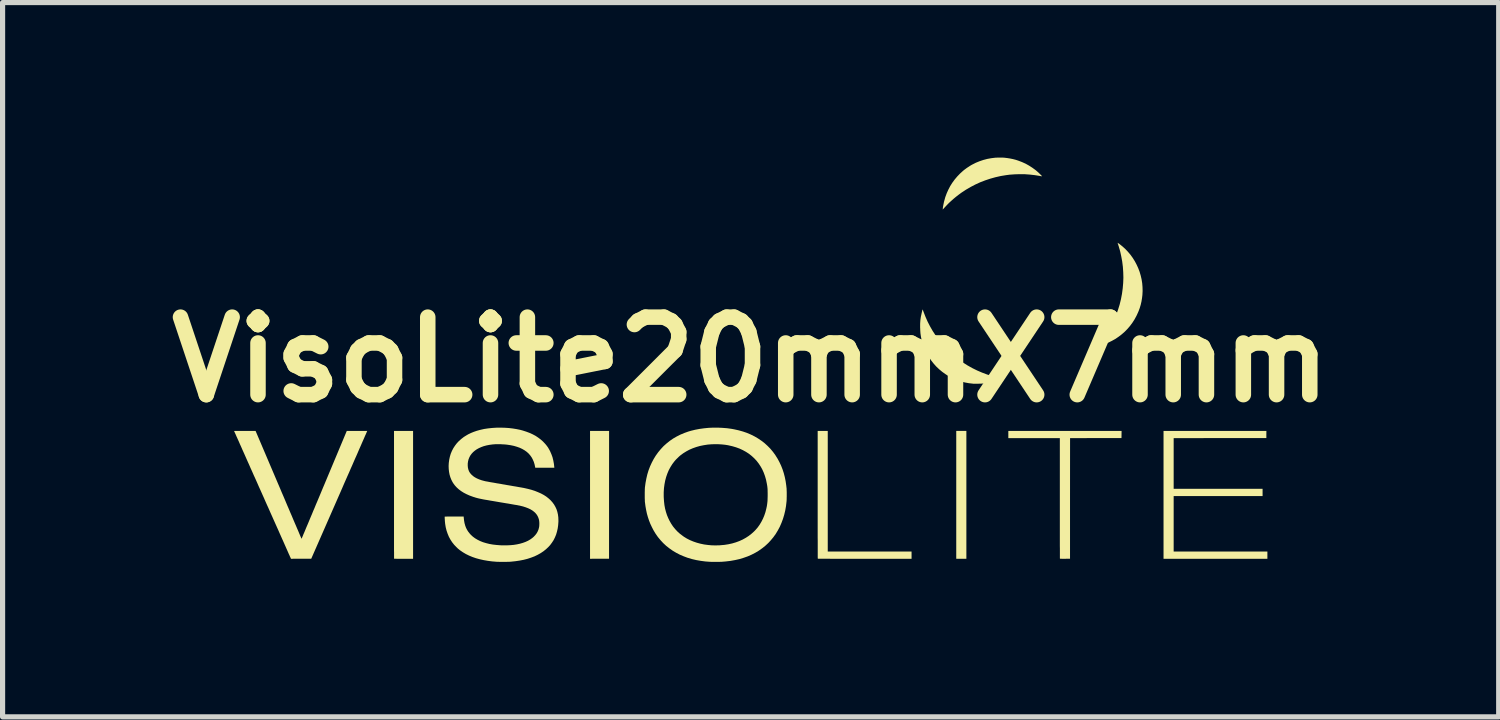
<source format=kicad_pcb>
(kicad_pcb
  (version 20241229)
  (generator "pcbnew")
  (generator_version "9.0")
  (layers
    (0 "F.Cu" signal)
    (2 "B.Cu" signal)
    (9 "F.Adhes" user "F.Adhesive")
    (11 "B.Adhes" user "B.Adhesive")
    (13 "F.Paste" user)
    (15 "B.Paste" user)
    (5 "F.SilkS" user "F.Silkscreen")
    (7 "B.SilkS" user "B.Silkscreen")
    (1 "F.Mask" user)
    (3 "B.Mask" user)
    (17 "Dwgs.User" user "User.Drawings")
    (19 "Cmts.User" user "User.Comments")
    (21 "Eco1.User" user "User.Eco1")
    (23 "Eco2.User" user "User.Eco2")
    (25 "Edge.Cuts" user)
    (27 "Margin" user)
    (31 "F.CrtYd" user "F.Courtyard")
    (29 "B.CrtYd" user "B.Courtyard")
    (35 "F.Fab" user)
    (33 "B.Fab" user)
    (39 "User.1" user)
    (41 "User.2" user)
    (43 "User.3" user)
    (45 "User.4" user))
  (footprint "VisoLite20mmX7mm"
    (layer "F.Cu")
    (at 11.479 3.91)
    (property "Reference" "VisoLite20mmX7mm" (at 0 0 0) (layer "F.SilkS") (effects (font (size 1.5 1.5) (thickness 0.3))))
    (attr board_only exclude_from_pos_files exclude_from_bom)
    (fp_poly (pts (xy -2.741 2.617) (xy -2.741 3.854) (xy -2.925 3.854) (xy -3.109 3.855) (xy -3.109 2.617) (xy -3.109 1.38) (xy -2.924 1.38) (xy -2.74 1.38)) (stroke (width 0) (type solid)) (fill yes) (layer "F.SilkS"))
    (fp_poly (pts (xy 4.175 2.617) (xy 4.175 3.855) (xy 4.077 3.855) (xy 3.979 3.855) (xy 3.979 2.617) (xy 3.979 1.38) (xy 4.077 1.38) (xy 4.175 1.38)) (stroke (width 0) (type solid)) (fill yes) (layer "F.SilkS"))
    (fp_poly (pts (xy 9.981 1.449) (xy 9.981 1.519) (xy 9.084 1.519) (xy 8.187 1.52) (xy 8.187 2.01) (xy 8.187 2.5) (xy 9.047 2.5) (xy 9.908 2.5) (xy 9.908 2.571) (xy 9.908 2.641) (xy 9.047 2.641) (xy 8.187 2.641) (xy 8.187 3.178) (xy 8.187 3.715) (xy 9.094 3.715) (xy 10.001 3.715) (xy 10.001 3.785) (xy 10.001 3.855) (xy 8.996 3.855) (xy 7.991 3.855) (xy 7.991 2.617) (xy 7.991 1.38) (xy 8.987 1.38) (xy 9.982 1.38)) (stroke (width 0) (type solid)) (fill yes) (layer "F.SilkS"))
    (fp_poly (pts (xy -6.534 2.617) (xy -6.534 3.855) (xy -6.717 3.855) (xy -6.748 3.855) (xy -6.778 3.855) (xy -6.805 3.855) (xy -6.83 3.855) (xy -6.852 3.855) (xy -6.871 3.854) (xy -6.885 3.854) (xy -6.896 3.854) (xy -6.901 3.853) (xy -6.902 3.853) (xy -6.902 3.85) (xy -6.902 3.842) (xy -6.902 3.829) (xy -6.902 3.811) (xy -6.902 3.788) (xy -6.902 3.76) (xy -6.902 3.728) (xy -6.903 3.691) (xy -6.903 3.65) (xy -6.903 3.606) (xy -6.903 3.557) (xy -6.903 3.506) (xy -6.903 3.45) (xy -6.903 3.392) (xy -6.903 3.33) (xy -6.903 3.265) (xy -6.903 3.198) (xy -6.903 3.128) (xy -6.903 3.056) (xy -6.903 2.982) (xy -6.903 2.905) (xy -6.903 2.827) (xy -6.903 2.747) (xy -6.903 2.666) (xy -6.903 2.616) (xy -6.903 1.38) (xy -6.719 1.38) (xy -6.534 1.38)) (stroke (width 0) (type solid)) (fill yes) (layer "F.SilkS"))
    (fp_poly (pts (xy 7.178 1.449) (xy 7.177 1.519) (xy 6.68 1.519) (xy 6.182 1.52) (xy 6.181 2.687) (xy 6.181 3.854) (xy 6.084 3.855) (xy 6.062 3.855) (xy 6.041 3.855) (xy 6.022 3.855) (xy 6.007 3.854) (xy 5.995 3.854) (xy 5.988 3.854) (xy 5.986 3.853) (xy 5.986 3.851) (xy 5.985 3.842) (xy 5.985 3.829) (xy 5.985 3.811) (xy 5.985 3.788) (xy 5.985 3.76) (xy 5.985 3.728) (xy 5.985 3.691) (xy 5.985 3.651) (xy 5.984 3.607) (xy 5.984 3.559) (xy 5.984 3.507) (xy 5.984 3.452) (xy 5.984 3.394) (xy 5.984 3.333) (xy 5.984 3.269) (xy 5.984 3.202) (xy 5.984 3.133) (xy 5.984 3.062) (xy 5.984 2.989) (xy 5.984 2.913) (xy 5.984 2.836) (xy 5.984 2.758) (xy 5.984 2.686) (xy 5.984 1.52) (xy 5.485 1.52) (xy 4.987 1.52) (xy 4.987 1.45) (xy 4.987 1.38) (xy 6.083 1.38) (xy 7.179 1.38)) (stroke (width 0) (type solid)) (fill yes) (layer "F.SilkS"))
    (fp_poly (pts (xy 1.492 2.547) (xy 1.492 3.715) (xy 2.303 3.715) (xy 3.114 3.715) (xy 3.114 3.785) (xy 3.114 3.855) (xy 2.208 3.855) (xy 2.137 3.855) (xy 2.068 3.855) (xy 2.001 3.855) (xy 1.935 3.855) (xy 1.872 3.855) (xy 1.811 3.855) (xy 1.752 3.855) (xy 1.696 3.855) (xy 1.643 3.855) (xy 1.592 3.855) (xy 1.545 3.855) (xy 1.502 3.854) (xy 1.462 3.854) (xy 1.426 3.854) (xy 1.394 3.854) (xy 1.366 3.854) (xy 1.343 3.854) (xy 1.324 3.854) (xy 1.311 3.854) (xy 1.302 3.853) (xy 1.299 3.853) (xy 1.299 3.853) (xy 1.299 3.85) (xy 1.299 3.842) (xy 1.298 3.829) (xy 1.298 3.811) (xy 1.298 3.788) (xy 1.298 3.76) (xy 1.298 3.728) (xy 1.298 3.691) (xy 1.298 3.65) (xy 1.298 3.606) (xy 1.298 3.557) (xy 1.298 3.506) (xy 1.297 3.45) (xy 1.297 3.392) (xy 1.297 3.33) (xy 1.297 3.265) (xy 1.297 3.198) (xy 1.297 3.128) (xy 1.297 3.056) (xy 1.297 2.982) (xy 1.297 2.905) (xy 1.297 2.827) (xy 1.297 2.747) (xy 1.297 2.666) (xy 1.297 2.616) (xy 1.297 1.38) (xy 1.395 1.38) (xy 1.492 1.38)) (stroke (width 0) (type solid)) (fill yes) (layer "F.SilkS"))
    (fp_poly (pts (xy 7.106 -2.259) (xy 7.112 -2.255) (xy 7.12 -2.249) (xy 7.131 -2.242) (xy 7.133 -2.241) (xy 7.193 -2.193) (xy 7.25 -2.142) (xy 7.302 -2.087) (xy 7.351 -2.029) (xy 7.395 -1.968) (xy 7.435 -1.904) (xy 7.47 -1.838) (xy 7.501 -1.77) (xy 7.528 -1.699) (xy 7.549 -1.627) (xy 7.566 -1.554) (xy 7.578 -1.479) (xy 7.584 -1.404) (xy 7.586 -1.328) (xy 7.582 -1.251) (xy 7.575 -1.193) (xy 7.564 -1.125) (xy 7.549 -1.06) (xy 7.53 -0.997) (xy 7.507 -0.935) (xy 7.479 -0.872) (xy 7.466 -0.845) (xy 7.429 -0.777) (xy 7.388 -0.713) (xy 7.342 -0.651) (xy 7.293 -0.594) (xy 7.239 -0.539) (xy 7.182 -0.489) (xy 7.122 -0.443) (xy 7.059 -0.4) (xy 6.992 -0.363) (xy 6.923 -0.329) (xy 6.851 -0.301) (xy 6.777 -0.277) (xy 6.742 -0.267) (xy 6.725 -0.263) (xy 6.714 -0.261) (xy 6.706 -0.259) (xy 6.703 -0.26) (xy 6.702 -0.261) (xy 6.704 -0.265) (xy 6.708 -0.27) (xy 6.736 -0.302) (xy 6.76 -0.33) (xy 6.781 -0.357) (xy 6.801 -0.381) (xy 6.819 -0.405) (xy 6.836 -0.429) (xy 6.853 -0.453) (xy 6.871 -0.479) (xy 6.883 -0.497) (xy 6.938 -0.586) (xy 6.989 -0.677) (xy 7.034 -0.77) (xy 7.075 -0.866) (xy 7.11 -0.964) (xy 7.141 -1.063) (xy 7.166 -1.165) (xy 7.186 -1.269) (xy 7.187 -1.275) (xy 7.201 -1.379) (xy 7.21 -1.483) (xy 7.214 -1.587) (xy 7.211 -1.691) (xy 7.204 -1.795) (xy 7.191 -1.899) (xy 7.172 -2.002) (xy 7.153 -2.088) (xy 7.147 -2.111) (xy 7.14 -2.136) (xy 7.132 -2.162) (xy 7.125 -2.188) (xy 7.117 -2.212) (xy 7.111 -2.232) (xy 7.107 -2.243) (xy 7.105 -2.251) (xy 7.103 -2.258) (xy 7.103 -2.26)) (stroke (width 0) (type solid)) (fill yes) (layer "F.SilkS"))
    (fp_poly (pts (xy 4.842 -3.91) (xy 4.867 -3.91) (xy 4.889 -3.909) (xy 4.908 -3.908) (xy 4.914 -3.907) (xy 4.966 -3.901) (xy 5.021 -3.892) (xy 5.076 -3.881) (xy 5.13 -3.867) (xy 5.176 -3.852) (xy 5.25 -3.824) (xy 5.321 -3.792) (xy 5.389 -3.754) (xy 5.454 -3.712) (xy 5.517 -3.666) (xy 5.547 -3.64) (xy 5.558 -3.631) (xy 5.571 -3.619) (xy 5.583 -3.607) (xy 5.596 -3.595) (xy 5.608 -3.583) (xy 5.619 -3.571) (xy 5.629 -3.562) (xy 5.636 -3.554) (xy 5.639 -3.549) (xy 5.64 -3.547) (xy 5.637 -3.548) (xy 5.629 -3.549) (xy 5.617 -3.551) (xy 5.603 -3.553) (xy 5.594 -3.555) (xy 5.5 -3.57) (xy 5.404 -3.581) (xy 5.307 -3.588) (xy 5.208 -3.589) (xy 5.11 -3.586) (xy 5.012 -3.579) (xy 4.943 -3.57) (xy 4.84 -3.553) (xy 4.738 -3.53) (xy 4.638 -3.502) (xy 4.539 -3.469) (xy 4.443 -3.432) (xy 4.349 -3.389) (xy 4.257 -3.341) (xy 4.168 -3.289) (xy 4.081 -3.232) (xy 4.024 -3.19) (xy 3.975 -3.152) (xy 3.928 -3.113) (xy 3.884 -3.074) (xy 3.84 -3.034) (xy 3.797 -2.99) (xy 3.753 -2.943) (xy 3.732 -2.92) (xy 3.717 -2.904) (xy 3.719 -2.923) (xy 3.721 -2.945) (xy 3.725 -2.97) (xy 3.73 -2.997) (xy 3.736 -3.025) (xy 3.741 -3.051) (xy 3.746 -3.069) (xy 3.767 -3.145) (xy 3.794 -3.218) (xy 3.826 -3.289) (xy 3.862 -3.358) (xy 3.903 -3.423) (xy 3.949 -3.486) (xy 3.999 -3.545) (xy 4.053 -3.601) (xy 4.111 -3.654) (xy 4.133 -3.672) (xy 4.151 -3.685) (xy 4.172 -3.701) (xy 4.195 -3.717) (xy 4.22 -3.733) (xy 4.244 -3.749) (xy 4.267 -3.763) (xy 4.287 -3.774) (xy 4.289 -3.775) (xy 4.358 -3.81) (xy 4.429 -3.839) (xy 4.503 -3.864) (xy 4.579 -3.884) (xy 4.656 -3.898) (xy 4.729 -3.907) (xy 4.746 -3.909) (xy 4.767 -3.909) (xy 4.791 -3.91) (xy 4.816 -3.91)) (stroke (width 0) (type solid)) (fill yes) (layer "F.SilkS"))
    (fp_poly (pts (xy 3.329 -0.969) (xy 3.33 -0.968) (xy 3.332 -0.964) (xy 3.335 -0.957) (xy 3.338 -0.947) (xy 3.343 -0.933) (xy 3.347 -0.922) (xy 3.384 -0.827) (xy 3.425 -0.734) (xy 3.472 -0.643) (xy 3.523 -0.554) (xy 3.579 -0.469) (xy 3.639 -0.386) (xy 3.704 -0.306) (xy 3.772 -0.229) (xy 3.845 -0.156) (xy 3.921 -0.087) (xy 4.001 -0.022) (xy 4.024 -0.004) (xy 4.11 0.057) (xy 4.198 0.113) (xy 4.289 0.164) (xy 4.382 0.21) (xy 4.477 0.251) (xy 4.575 0.288) (xy 4.675 0.319) (xy 4.738 0.336) (xy 4.757 0.34) (xy 4.777 0.345) (xy 4.796 0.35) (xy 4.813 0.353) (xy 4.824 0.355) (xy 4.837 0.358) (xy 4.847 0.36) (xy 4.854 0.362) (xy 4.857 0.364) (xy 4.858 0.364) (xy 4.855 0.366) (xy 4.848 0.369) (xy 4.838 0.374) (xy 4.825 0.38) (xy 4.81 0.386) (xy 4.794 0.392) (xy 4.778 0.399) (xy 4.778 0.399) (xy 4.707 0.422) (xy 4.635 0.441) (xy 4.56 0.456) (xy 4.53 0.46) (xy 4.515 0.462) (xy 4.5 0.463) (xy 4.485 0.464) (xy 4.467 0.465) (xy 4.447 0.466) (xy 4.422 0.466) (xy 4.402 0.467) (xy 4.38 0.467) (xy 4.359 0.467) (xy 4.341 0.467) (xy 4.325 0.467) (xy 4.313 0.467) (xy 4.306 0.467) (xy 4.304 0.466) (xy 4.225 0.457) (xy 4.149 0.443) (xy 4.076 0.425) (xy 4.005 0.402) (xy 3.936 0.374) (xy 3.869 0.341) (xy 3.803 0.303) (xy 3.771 0.282) (xy 3.708 0.237) (xy 3.649 0.188) (xy 3.593 0.135) (xy 3.542 0.078) (xy 3.495 0.018) (xy 3.452 -0.045) (xy 3.413 -0.111) (xy 3.379 -0.179) (xy 3.349 -0.25) (xy 3.325 -0.324) (xy 3.305 -0.4) (xy 3.3 -0.421) (xy 3.294 -0.452) (xy 3.29 -0.481) (xy 3.286 -0.509) (xy 3.284 -0.539) (xy 3.282 -0.571) (xy 3.281 -0.607) (xy 3.28 -0.615) (xy 3.28 -0.65) (xy 3.28 -0.681) (xy 3.281 -0.71) (xy 3.283 -0.737) (xy 3.285 -0.764) (xy 3.289 -0.793) (xy 3.292 -0.815) (xy 3.294 -0.828) (xy 3.297 -0.843) (xy 3.301 -0.86) (xy 3.305 -0.879) (xy 3.309 -0.897) (xy 3.313 -0.915) (xy 3.317 -0.932) (xy 3.321 -0.947) (xy 3.324 -0.958) (xy 3.326 -0.966) (xy 3.328 -0.969) (xy 3.329 -0.969)) (stroke (width 0) (type solid)) (fill yes) (layer "F.SilkS"))
    (fp_poly (pts (xy -7.586 1.38) (xy -7.556 1.38) (xy -7.527 1.38) (xy -7.501 1.38) (xy -7.478 1.38) (xy -7.458 1.38) (xy -7.442 1.38) (xy -7.43 1.38) (xy -7.423 1.38) (xy -7.421 1.38) (xy -7.422 1.383) (xy -7.426 1.39) (xy -7.431 1.403) (xy -7.438 1.419) (xy -7.447 1.441) (xy -7.459 1.466) (xy -7.472 1.496) (xy -7.486 1.529) (xy -7.503 1.567) (xy -7.521 1.608) (xy -7.54 1.652) (xy -7.561 1.7) (xy -7.584 1.752) (xy -7.607 1.806) (xy -7.632 1.863) (xy -7.659 1.923) (xy -7.686 1.985) (xy -7.714 2.05) (xy -7.744 2.117) (xy -7.774 2.187) (xy -7.806 2.258) (xy -7.838 2.331) (xy -7.871 2.406) (xy -7.904 2.483) (xy -7.938 2.561) (xy -7.963 2.618) (xy -8.505 3.854) (xy -8.701 3.854) (xy -8.897 3.855) (xy -8.9 3.849) (xy -8.901 3.846) (xy -8.904 3.838) (xy -8.91 3.826) (xy -8.918 3.809) (xy -8.927 3.787) (xy -8.939 3.762) (xy -8.952 3.732) (xy -8.967 3.698) (xy -8.984 3.66) (xy -9.002 3.619) (xy -9.022 3.574) (xy -9.043 3.526) (xy -9.066 3.475) (xy -9.09 3.421) (xy -9.116 3.363) (xy -9.142 3.303) (xy -9.17 3.241) (xy -9.199 3.176) (xy -9.229 3.109) (xy -9.26 3.039) (xy -9.292 2.968) (xy -9.324 2.895) (xy -9.358 2.82) (xy -9.392 2.744) (xy -9.426 2.666) (xy -9.449 2.615) (xy -9.484 2.536) (xy -9.519 2.459) (xy -9.552 2.383) (xy -9.585 2.309) (xy -9.618 2.237) (xy -9.649 2.166) (xy -9.68 2.098) (xy -9.709 2.031) (xy -9.738 1.967) (xy -9.765 1.906) (xy -9.791 1.847) (xy -9.816 1.791) (xy -9.84 1.738) (xy -9.862 1.687) (xy -9.883 1.641) (xy -9.902 1.597) (xy -9.92 1.557) (xy -9.936 1.521) (xy -9.951 1.489) (xy -9.963 1.46) (xy -9.974 1.436) (xy -9.983 1.416) (xy -9.99 1.401) (xy -9.995 1.39) (xy -9.997 1.384) (xy -9.998 1.383) (xy -9.997 1.382) (xy -9.994 1.382) (xy -9.989 1.381) (xy -9.981 1.381) (xy -9.969 1.381) (xy -9.954 1.38) (xy -9.936 1.38) (xy -9.913 1.38) (xy -9.886 1.38) (xy -9.855 1.38) (xy -9.818 1.38) (xy -9.79 1.38) (xy -9.582 1.381) (xy -9.138 2.424) (xy -9.107 2.496) (xy -9.077 2.568) (xy -9.047 2.637) (xy -9.018 2.705) (xy -8.99 2.772) (xy -8.963 2.836) (xy -8.936 2.898) (xy -8.911 2.958) (xy -8.886 3.015) (xy -8.863 3.07) (xy -8.841 3.122) (xy -8.82 3.171) (xy -8.8 3.217) (xy -8.782 3.26) (xy -8.765 3.299) (xy -8.75 3.334) (xy -8.737 3.366) (xy -8.725 3.394) (xy -8.715 3.418) (xy -8.706 3.437) (xy -8.7 3.452) (xy -8.696 3.462) (xy -8.693 3.467) (xy -8.693 3.468) (xy -8.692 3.466) (xy -8.689 3.458) (xy -8.683 3.446) (xy -8.676 3.43) (xy -8.667 3.409) (xy -8.657 3.383) (xy -8.644 3.354) (xy -8.63 3.321) (xy -8.615 3.284) (xy -8.598 3.243) (xy -8.579 3.199) (xy -8.559 3.152) (xy -8.538 3.101) (xy -8.516 3.048) (xy -8.492 2.992) (xy -8.468 2.933) (xy -8.442 2.873) (xy -8.416 2.809) (xy -8.388 2.744) (xy -8.36 2.677) (xy -8.331 2.608) (xy -8.302 2.538) (xy -8.272 2.466) (xy -8.254 2.424) (xy -7.817 1.38) (xy -7.619 1.38)) (stroke (width 0) (type solid)) (fill yes) (layer "F.SilkS"))
    (fp_poly (pts (xy -0.547 1.321) (xy -0.458 1.328) (xy -0.371 1.34) (xy -0.317 1.35) (xy -0.232 1.369) (xy -0.15 1.392) (xy -0.071 1.419) (xy 0.004 1.451) (xy 0.076 1.487) (xy 0.144 1.527) (xy 0.209 1.571) (xy 0.271 1.619) (xy 0.328 1.671) (xy 0.382 1.726) (xy 0.432 1.786) (xy 0.478 1.849) (xy 0.48 1.853) (xy 0.521 1.918) (xy 0.557 1.985) (xy 0.589 2.053) (xy 0.617 2.124) (xy 0.641 2.198) (xy 0.661 2.275) (xy 0.677 2.355) (xy 0.689 2.439) (xy 0.694 2.485) (xy 0.696 2.5) (xy 0.696 2.518) (xy 0.697 2.541) (xy 0.698 2.566) (xy 0.698 2.593) (xy 0.698 2.621) (xy 0.698 2.648) (xy 0.697 2.675) (xy 0.697 2.7) (xy 0.696 2.721) (xy 0.695 2.739) (xy 0.694 2.747) (xy 0.684 2.835) (xy 0.669 2.921) (xy 0.649 3.004) (xy 0.625 3.084) (xy 0.596 3.161) (xy 0.564 3.235) (xy 0.526 3.306) (xy 0.485 3.374) (xy 0.439 3.438) (xy 0.389 3.498) (xy 0.343 3.548) (xy 0.285 3.602) (xy 0.224 3.651) (xy 0.159 3.697) (xy 0.091 3.738) (xy 0.019 3.775) (xy -0.056 3.808) (xy -0.135 3.836) (xy -0.217 3.861) (xy -0.302 3.88) (xy -0.391 3.896) (xy -0.484 3.907) (xy -0.556 3.913) (xy -0.57 3.914) (xy -0.589 3.914) (xy -0.611 3.915) (xy -0.635 3.915) (xy -0.661 3.915) (xy -0.687 3.915) (xy -0.713 3.915) (xy -0.737 3.915) (xy -0.758 3.915) (xy -0.775 3.914) (xy -0.783 3.914) (xy -0.877 3.907) (xy -0.967 3.895) (xy -1.054 3.88) (xy -1.139 3.86) (xy -1.22 3.836) (xy -1.297 3.807) (xy -1.372 3.775) (xy -1.443 3.738) (xy -1.51 3.698) (xy -1.574 3.653) (xy -1.635 3.605) (xy -1.692 3.552) (xy -1.744 3.496) (xy -1.794 3.436) (xy -1.839 3.372) (xy -1.88 3.304) (xy -1.912 3.242) (xy -1.942 3.179) (xy -1.967 3.115) (xy -1.989 3.049) (xy -2.008 2.982) (xy -2.023 2.912) (xy -2.036 2.839) (xy -2.046 2.762) (xy -2.047 2.756) (xy -2.048 2.743) (xy -2.048 2.724) (xy -2.049 2.702) (xy -2.05 2.677) (xy -2.05 2.65) (xy -2.05 2.648) (xy -1.683 2.648) (xy -1.682 2.672) (xy -1.677 2.746) (xy -1.669 2.816) (xy -1.657 2.882) (xy -1.64 2.947) (xy -1.62 3.009) (xy -1.595 3.069) (xy -1.574 3.113) (xy -1.541 3.172) (xy -1.504 3.228) (xy -1.462 3.28) (xy -1.417 3.328) (xy -1.367 3.373) (xy -1.312 3.414) (xy -1.293 3.428) (xy -1.236 3.463) (xy -1.175 3.494) (xy -1.11 3.521) (xy -1.043 3.544) (xy -0.973 3.563) (xy -0.901 3.578) (xy -0.826 3.588) (xy -0.75 3.595) (xy -0.672 3.596) (xy -0.594 3.594) (xy -0.588 3.593) (xy -0.508 3.586) (xy -0.431 3.574) (xy -0.358 3.558) (xy -0.287 3.537) (xy -0.219 3.512) (xy -0.155 3.483) (xy -0.094 3.449) (xy -0.037 3.412) (xy 0.017 3.37) (xy 0.068 3.324) (xy 0.095 3.296) (xy 0.137 3.247) (xy 0.174 3.195) (xy 0.208 3.138) (xy 0.238 3.079) (xy 0.264 3.017) (xy 0.286 2.952) (xy 0.303 2.884) (xy 0.304 2.879) (xy 0.311 2.848) (xy 0.316 2.819) (xy 0.32 2.791) (xy 0.323 2.764) (xy 0.326 2.736) (xy 0.327 2.707) (xy 0.328 2.674) (xy 0.329 2.638) (xy 0.329 2.615) (xy 0.329 2.581) (xy 0.328 2.553) (xy 0.328 2.527) (xy 0.327 2.504) (xy 0.325 2.483) (xy 0.323 2.462) (xy 0.32 2.441) (xy 0.316 2.418) (xy 0.312 2.396) (xy 0.297 2.323) (xy 0.277 2.254) (xy 0.253 2.188) (xy 0.225 2.126) (xy 0.192 2.067) (xy 0.155 2.011) (xy 0.114 1.958) (xy 0.069 1.91) (xy 0.02 1.865) (xy -0.033 1.823) (xy -0.09 1.786) (xy -0.15 1.753) (xy -0.214 1.723) (xy -0.282 1.698) (xy -0.353 1.677) (xy -0.427 1.66) (xy -0.429 1.659) (xy -0.49 1.649) (xy -0.555 1.642) (xy -0.622 1.638) (xy -0.69 1.637) (xy -0.757 1.639) (xy -0.822 1.644) (xy -0.833 1.645) (xy -0.909 1.657) (xy -0.983 1.672) (xy -1.053 1.692) (xy -1.121 1.716) (xy -1.186 1.744) (xy -1.247 1.777) (xy -1.305 1.813) (xy -1.355 1.85) (xy -1.371 1.863) (xy -1.389 1.879) (xy -1.408 1.898) (xy -1.428 1.917) (xy -1.447 1.936) (xy -1.463 1.954) (xy -1.475 1.968) (xy -1.516 2.022) (xy -1.552 2.079) (xy -1.585 2.14) (xy -1.612 2.204) (xy -1.635 2.27) (xy -1.654 2.34) (xy -1.668 2.413) (xy -1.678 2.488) (xy -1.683 2.567) (xy -1.683 2.648) (xy -2.05 2.648) (xy -2.05 2.622) (xy -2.05 2.594) (xy -2.05 2.566) (xy -2.049 2.54) (xy -2.049 2.517) (xy -2.048 2.497) (xy -2.047 2.481) (xy -2.047 2.476) (xy -2.035 2.387) (xy -2.019 2.302) (xy -2 2.22) (xy -1.976 2.142) (xy -1.947 2.066) (xy -1.914 1.994) (xy -1.877 1.924) (xy -1.836 1.857) (xy -1.835 1.856) (xy -1.789 1.792) (xy -1.739 1.732) (xy -1.686 1.675) (xy -1.628 1.623) (xy -1.567 1.574) (xy -1.502 1.529) (xy -1.433 1.489) (xy -1.362 1.453) (xy -1.286 1.421) (xy -1.208 1.393) (xy -1.157 1.378) (xy -1.076 1.358) (xy -0.992 1.342) (xy -0.905 1.33) (xy -0.817 1.321) (xy -0.727 1.317) (xy -0.637 1.317)) (stroke (width 0) (type solid)) (fill yes) (layer "F.SilkS"))
    (fp_poly (pts (xy -4.763 1.319) (xy -4.684 1.324) (xy -4.607 1.333) (xy -4.532 1.345) (xy -4.459 1.36) (xy -4.411 1.373) (xy -4.343 1.395) (xy -4.279 1.419) (xy -4.219 1.446) (xy -4.163 1.476) (xy -4.112 1.51) (xy -4.064 1.546) (xy -4.019 1.586) (xy -4.004 1.602) (xy -3.973 1.635) (xy -3.947 1.667) (xy -3.923 1.7) (xy -3.902 1.736) (xy -3.881 1.775) (xy -3.88 1.778) (xy -3.856 1.833) (xy -3.835 1.891) (xy -3.82 1.953) (xy -3.808 2.018) (xy -3.802 2.073) (xy -3.8 2.093) (xy -3.984 2.093) (xy -4.169 2.093) (xy -4.171 2.082) (xy -4.182 2.03) (xy -4.197 1.98) (xy -4.217 1.934) (xy -4.24 1.891) (xy -4.268 1.852) (xy -4.3 1.816) (xy -4.336 1.784) (xy -4.377 1.755) (xy -4.422 1.729) (xy -4.471 1.706) (xy -4.525 1.687) (xy -4.583 1.67) (xy -4.645 1.657) (xy -4.712 1.647) (xy -4.728 1.645) (xy -4.75 1.643) (xy -4.775 1.641) (xy -4.803 1.64) (xy -4.831 1.638) (xy -4.859 1.637) (xy -4.886 1.637) (xy -4.909 1.637) (xy -4.929 1.637) (xy -4.933 1.637) (xy -4.996 1.642) (xy -5.056 1.65) (xy -5.112 1.661) (xy -5.165 1.675) (xy -5.214 1.693) (xy -5.259 1.713) (xy -5.301 1.736) (xy -5.338 1.762) (xy -5.371 1.79) (xy -5.4 1.821) (xy -5.425 1.855) (xy -5.444 1.89) (xy -5.46 1.929) (xy -5.47 1.969) (xy -5.476 2.011) (xy -5.476 2.055) (xy -5.476 2.057) (xy -5.472 2.095) (xy -5.463 2.131) (xy -5.45 2.164) (xy -5.432 2.194) (xy -5.408 2.222) (xy -5.401 2.229) (xy -5.372 2.255) (xy -5.337 2.279) (xy -5.298 2.3) (xy -5.254 2.319) (xy -5.205 2.336) (xy -5.152 2.35) (xy -5.127 2.356) (xy -5.12 2.357) (xy -5.108 2.359) (xy -5.091 2.362) (xy -5.07 2.366) (xy -5.045 2.371) (xy -5.016 2.376) (xy -4.984 2.381) (xy -4.95 2.387) (xy -4.913 2.394) (xy -4.874 2.4) (xy -4.833 2.407) (xy -4.791 2.415) (xy -4.764 2.419) (xy -4.721 2.427) (xy -4.679 2.434) (xy -4.638 2.441) (xy -4.599 2.448) (xy -4.562 2.454) (xy -4.527 2.46) (xy -4.495 2.466) (xy -4.466 2.471) (xy -4.441 2.475) (xy -4.42 2.479) (xy -4.403 2.482) (xy -4.391 2.484) (xy -4.387 2.485) (xy -4.312 2.502) (xy -4.243 2.52) (xy -4.178 2.541) (xy -4.118 2.565) (xy -4.061 2.59) (xy -4.053 2.594) (xy -4.003 2.621) (xy -3.958 2.65) (xy -3.917 2.682) (xy -3.88 2.715) (xy -3.873 2.722) (xy -3.837 2.762) (xy -3.806 2.804) (xy -3.78 2.849) (xy -3.758 2.896) (xy -3.742 2.946) (xy -3.73 2.999) (xy -3.723 3.054) (xy -3.721 3.112) (xy -3.721 3.137) (xy -3.726 3.205) (xy -3.735 3.269) (xy -3.749 3.33) (xy -3.766 3.388) (xy -3.789 3.443) (xy -3.815 3.495) (xy -3.847 3.544) (xy -3.882 3.591) (xy -3.917 3.629) (xy -3.962 3.671) (xy -4.011 3.71) (xy -4.065 3.746) (xy -4.122 3.778) (xy -4.184 3.808) (xy -4.25 3.833) (xy -4.32 3.856) (xy -4.394 3.875) (xy -4.472 3.89) (xy -4.553 3.902) (xy -4.638 3.911) (xy -4.667 3.913) (xy -4.686 3.914) (xy -4.709 3.914) (xy -4.735 3.915) (xy -4.763 3.915) (xy -4.792 3.915) (xy -4.822 3.915) (xy -4.85 3.915) (xy -4.876 3.914) (xy -4.899 3.913) (xy -4.915 3.913) (xy -5.002 3.906) (xy -5.086 3.895) (xy -5.167 3.881) (xy -5.243 3.864) (xy -5.317 3.844) (xy -5.386 3.82) (xy -5.451 3.793) (xy -5.512 3.763) (xy -5.568 3.73) (xy -5.58 3.722) (xy -5.606 3.704) (xy -5.628 3.689) (xy -5.647 3.673) (xy -5.667 3.657) (xy -5.686 3.638) (xy -5.696 3.629) (xy -5.739 3.584) (xy -5.777 3.536) (xy -5.811 3.484) (xy -5.841 3.429) (xy -5.865 3.371) (xy -5.886 3.31) (xy -5.902 3.246) (xy -5.913 3.179) (xy -5.913 3.176) (xy -5.915 3.164) (xy -5.916 3.148) (xy -5.918 3.131) (xy -5.919 3.114) (xy -5.92 3.096) (xy -5.921 3.079) (xy -5.922 3.064) (xy -5.922 3.052) (xy -5.922 3.044) (xy -5.922 3.04) (xy -5.922 3.04) (xy -5.919 3.039) (xy -5.911 3.039) (xy -5.898 3.039) (xy -5.881 3.038) (xy -5.861 3.038) (xy -5.837 3.038) (xy -5.81 3.038) (xy -5.78 3.037) (xy -5.749 3.037) (xy -5.737 3.037) (xy -5.555 3.037) (xy -5.553 3.061) (xy -5.547 3.116) (xy -5.538 3.166) (xy -5.525 3.213) (xy -5.509 3.256) (xy -5.488 3.297) (xy -5.464 3.334) (xy -5.435 3.37) (xy -5.417 3.39) (xy -5.378 3.426) (xy -5.335 3.458) (xy -5.288 3.486) (xy -5.236 3.512) (xy -5.181 3.534) (xy -5.121 3.552) (xy -5.057 3.568) (xy -4.989 3.58) (xy -4.917 3.588) (xy -4.84 3.594) (xy -4.794 3.595) (xy -4.722 3.595) (xy -4.653 3.592) (xy -4.586 3.586) (xy -4.523 3.576) (xy -4.464 3.563) (xy -4.409 3.547) (xy -4.357 3.528) (xy -4.309 3.506) (xy -4.266 3.481) (xy -4.227 3.453) (xy -4.199 3.429) (xy -4.168 3.396) (xy -4.143 3.363) (xy -4.123 3.328) (xy -4.107 3.29) (xy -4.097 3.251) (xy -4.093 3.23) (xy -4.091 3.204) (xy -4.09 3.175) (xy -4.091 3.145) (xy -4.094 3.118) (xy -4.097 3.1) (xy -4.108 3.064) (xy -4.123 3.03) (xy -4.142 2.999) (xy -4.166 2.97) (xy -4.194 2.944) (xy -4.227 2.919) (xy -4.264 2.897) (xy -4.307 2.877) (xy -4.354 2.859) (xy -4.407 2.842) (xy -4.464 2.828) (xy -4.468 2.827) (xy -4.476 2.825) (xy -4.49 2.823) (xy -4.508 2.819) (xy -4.53 2.815) (xy -4.557 2.811) (xy -4.586 2.806) (xy -4.619 2.8) (xy -4.654 2.794) (xy -4.692 2.787) (xy -4.732 2.781) (xy -4.773 2.774) (xy -4.815 2.767) (xy -4.834 2.764) (xy -4.892 2.754) (xy -4.944 2.745) (xy -4.991 2.737) (xy -5.034 2.73) (xy -5.073 2.723) (xy -5.107 2.717) (xy -5.139 2.712) (xy -5.167 2.707) (xy -5.192 2.702) (xy -5.215 2.697) (xy -5.236 2.693) (xy -5.255 2.689) (xy -5.272 2.685) (xy -5.288 2.681) (xy -5.303 2.677) (xy -5.317 2.673) (xy -5.331 2.669) (xy -5.345 2.664) (xy -5.36 2.66) (xy -5.375 2.655) (xy -5.38 2.653) (xy -5.443 2.63) (xy -5.501 2.604) (xy -5.555 2.576) (xy -5.604 2.545) (xy -5.648 2.512) (xy -5.688 2.476) (xy -5.724 2.437) (xy -5.755 2.395) (xy -5.771 2.369) (xy -5.794 2.324) (xy -5.813 2.276) (xy -5.828 2.225) (xy -5.838 2.172) (xy -5.844 2.117) (xy -5.846 2.059) (xy -5.843 2.001) (xy -5.835 1.941) (xy -5.835 1.939) (xy -5.822 1.879) (xy -5.805 1.822) (xy -5.782 1.767) (xy -5.755 1.715) (xy -5.723 1.666) (xy -5.687 1.619) (xy -5.646 1.575) (xy -5.6 1.535) (xy -5.551 1.497) (xy -5.496 1.463) (xy -5.465 1.445) (xy -5.415 1.421) (xy -5.361 1.399) (xy -5.303 1.379) (xy -5.243 1.362) (xy -5.182 1.348) (xy -5.154 1.342) (xy -5.079 1.331) (xy -5.002 1.323) (xy -4.923 1.318) (xy -4.843 1.317)) (stroke (width 0) (type solid)) (fill yes) (layer "F.SilkS")))
  (gr_rect
    (start -3 -3)
    (end 25.957 10.825)
    (stroke (width 0.1) (type default))
    (fill no)
    (layer "Edge.Cuts")))
</source>
